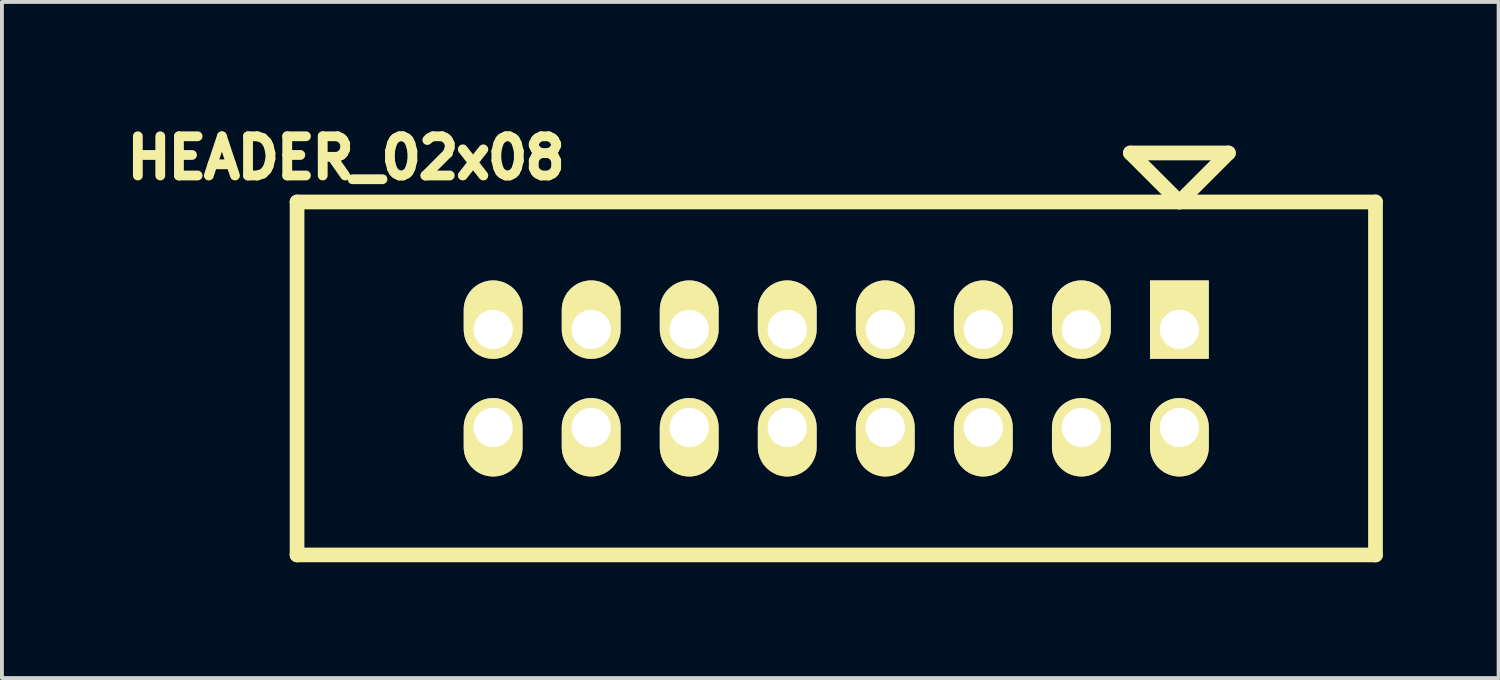
<source format=kicad_pcb>
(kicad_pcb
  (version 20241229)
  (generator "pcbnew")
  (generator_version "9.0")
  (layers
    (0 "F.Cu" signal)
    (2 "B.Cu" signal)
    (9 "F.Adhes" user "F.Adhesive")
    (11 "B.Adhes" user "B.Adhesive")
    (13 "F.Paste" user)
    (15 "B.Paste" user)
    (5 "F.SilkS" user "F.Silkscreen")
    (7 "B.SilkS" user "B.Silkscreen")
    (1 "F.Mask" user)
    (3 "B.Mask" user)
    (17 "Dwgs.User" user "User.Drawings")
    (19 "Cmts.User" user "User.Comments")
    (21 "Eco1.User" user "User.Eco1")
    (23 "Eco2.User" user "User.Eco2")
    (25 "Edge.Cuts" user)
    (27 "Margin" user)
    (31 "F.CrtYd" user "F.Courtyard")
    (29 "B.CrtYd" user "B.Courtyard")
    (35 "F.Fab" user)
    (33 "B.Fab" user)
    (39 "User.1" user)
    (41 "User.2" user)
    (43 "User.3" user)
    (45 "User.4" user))
  (footprint "HEADER_02x08"
    (layer "F.Cu")
    (at 18.616 6.755)
    (property "Reference" "HEADER_02x08" (at -12.7 -5.715 0) (layer "F.SilkS") (effects (font (size 1.016 1.016) (thickness 0.254))))
    (attr through_hole)
    (fp_line (start -13.97 -4.572) (end -13.97 4.572) (stroke (width 0.381) (type solid)) (layer "F.SilkS"))
    (fp_line (start -13.97 4.572) (end 13.97 4.572) (stroke (width 0.381) (type solid)) (layer "F.SilkS"))
    (fp_line (start 7.62 -5.842) (end 8.89 -4.572) (stroke (width 0.381) (type solid)) (layer "F.SilkS"))
    (fp_line (start 8.89 -4.572) (end 10.16 -5.842) (stroke (width 0.381) (type solid)) (layer "F.SilkS"))
    (fp_line (start 10.16 -5.842) (end 7.62 -5.842) (stroke (width 0.381) (type solid)) (layer "F.SilkS"))
    (fp_line (start 13.97 -4.572) (end -13.97 -4.572) (stroke (width 0.381) (type solid)) (layer "F.SilkS"))
    (fp_line (start 13.97 -4.572) (end 13.97 4.572) (stroke (width 0.381) (type solid)) (layer "F.SilkS"))
    (pad "1" thru_hole rect (at 8.89 -1.27) (size 1.524 2.032) (drill 1.016 (offset 0 -0.254)) (layers "*.Cu" "*.Mask" "F.SilkS"))
    (pad "2" thru_hole oval (at 8.89 1.27) (size 1.524 2.032) (drill 1.016 (offset 0 0.254)) (layers "*.Cu" "*.Mask" "F.SilkS"))
    (pad "3" thru_hole oval (at 6.35 -1.27) (size 1.524 2.032) (drill 1.016 (offset 0 -0.254)) (layers "*.Cu" "*.Mask" "F.SilkS"))
    (pad "4" thru_hole oval (at 6.35 1.27) (size 1.524 2.032) (drill 1.016 (offset 0 0.254)) (layers "*.Cu" "*.Mask" "F.SilkS"))
    (pad "5" thru_hole oval (at 3.81 -1.27) (size 1.524 2.032) (drill 1.016 (offset 0 -0.254)) (layers "*.Cu" "*.Mask" "F.SilkS"))
    (pad "6" thru_hole oval (at 3.81 1.27) (size 1.524 2.032) (drill 1.016 (offset 0 0.254)) (layers "*.Cu" "*.Mask" "F.SilkS"))
    (pad "7" thru_hole oval (at 1.27 -1.27) (size 1.524 2.032) (drill 1.016 (offset 0 -0.254)) (layers "*.Cu" "*.Mask" "F.SilkS"))
    (pad "8" thru_hole oval (at 1.27 1.27) (size 1.524 2.032) (drill 1.016 (offset 0 0.254)) (layers "*.Cu" "*.Mask" "F.SilkS"))
    (pad "9" thru_hole oval (at -1.27 -1.27) (size 1.524 2.032) (drill 1.016 (offset 0 -0.254)) (layers "*.Cu" "*.Mask" "F.SilkS"))
    (pad "10" thru_hole oval (at -1.27 1.27) (size 1.524 2.032) (drill 1.016 (offset 0 0.254)) (layers "*.Cu" "*.Mask" "F.SilkS"))
    (pad "11" thru_hole oval (at -3.81 -1.27) (size 1.524 2.032) (drill 1.016 (offset 0 -0.254)) (layers "*.Cu" "*.Mask" "F.SilkS"))
    (pad "12" thru_hole oval (at -3.81 1.27) (size 1.524 2.032) (drill 1.016 (offset 0 0.254)) (layers "*.Cu" "*.Mask" "F.SilkS"))
    (pad "13" thru_hole oval (at -6.35 -1.27) (size 1.524 2.032) (drill 1.016 (offset 0 -0.254)) (layers "*.Cu" "*.Mask" "F.SilkS"))
    (pad "14" thru_hole oval (at -6.35 1.27) (size 1.524 2.032) (drill 1.016 (offset 0 0.254)) (layers "*.Cu" "*.Mask" "F.SilkS"))
    (pad "15" thru_hole oval (at -8.89 -1.27) (size 1.524 2.032) (drill 1.016 (offset 0 -0.254)) (layers "*.Cu" "*.Mask" "F.SilkS"))
    (pad "16" thru_hole oval (at -8.89 1.27) (size 1.524 2.032) (drill 1.016 (offset 0 0.254)) (layers "*.Cu" "*.Mask" "F.SilkS")))
  (gr_rect
    (start -3 -3)
    (end 35.776 14.518)
    (stroke (width 0.1) (type default))
    (fill no)
    (layer "Edge.Cuts")))
</source>
